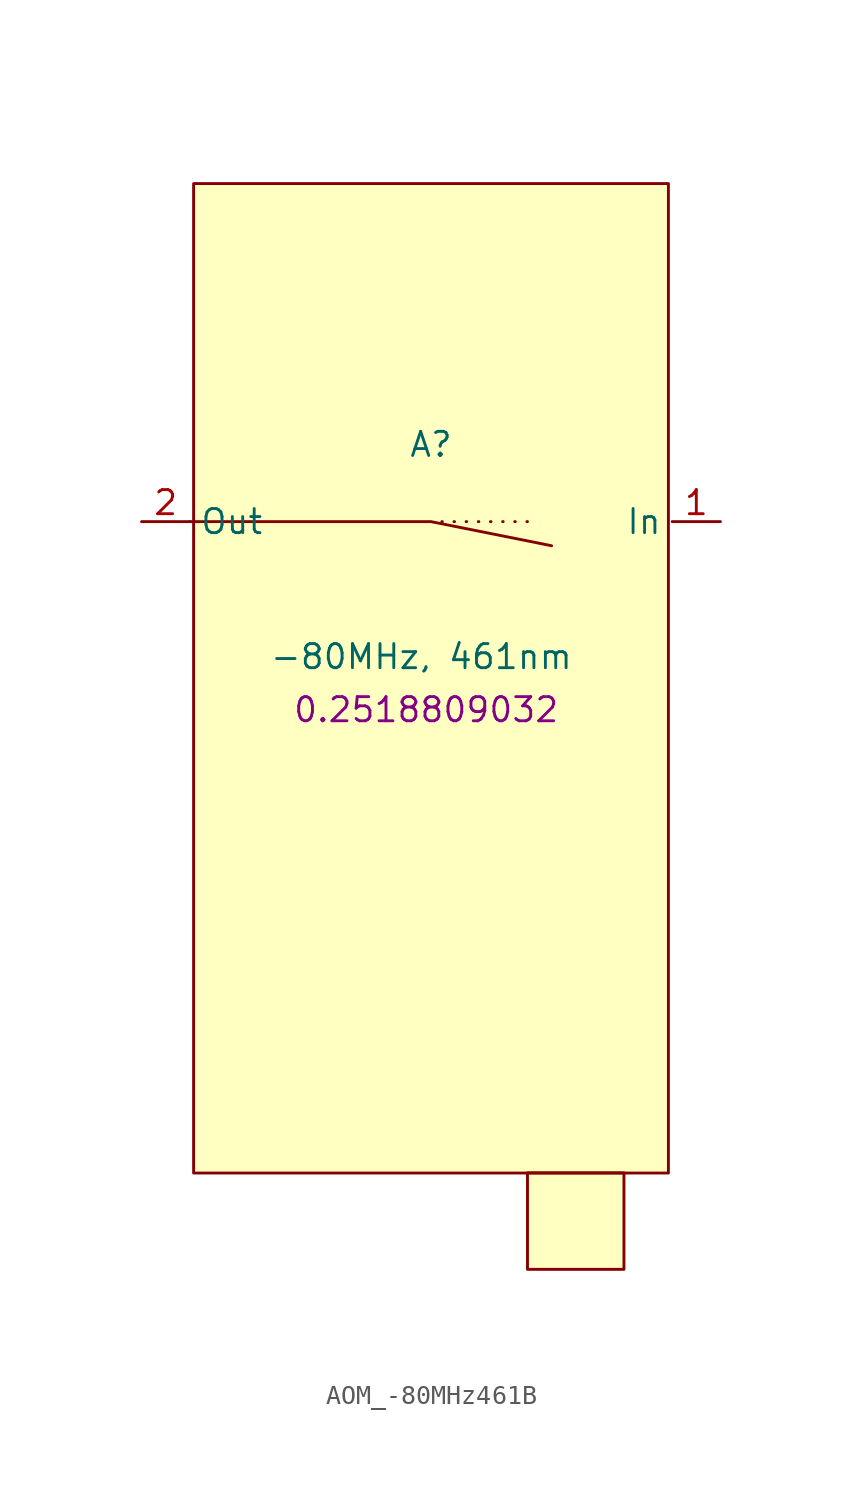
<source format=kicad_sym>
(kicad_symbol_lib
  (version 20241209)
  (generator "kicad_symbol_editor")
  (generator_version "9.0")
  (symbol "AOM_-80MHz461B"
    (property "Reference" "A"
      (at 0 4.064 0)
      (effects (font (size 1.27 1.27))))
    (property "Value" "-80MHz, 461nm"
      (at -0.508 -7.112 0)
      (effects (font (size 1.27 1.27))))
    (property "Angle" "0.2518809032"
      (at -0.254 -9.906 0)
      (effects (font (size 1.27 1.27))))
    (symbol "AOM_-80MHz461B_1_1"
      (polyline (pts (xy -12.7 0) (xy 0 0) (xy 6.35 -1.27)) (stroke (width 0) (type solid)) (fill (type none)))
      (rectangle (start -12.5 17.8) (end 12.5 -34.3) (stroke (width 0) (type default)) (fill (type background)))
      (polyline (pts (xy 5.08 0) (xy 0 0)) (stroke (width 0) (type dot)) (fill (type none)))
      (rectangle (start 5.08 -34.29) (end 10.16 -39.37) (stroke (width 0) (type default)) (fill (type background)))
      (pin passive line (at -15.24 0 0) (length 2.54) (name "Out" (effects (font (size 1.27 1.27)))) (number "2" (effects (font (size 1.27 1.27)))))
      (pin passive line (at 15.24 0 180) (length 2.54) (name "In" (effects (font (size 1.27 1.27)))) (number "1" (effects (font (size 1.27 1.27))))))))
</source>
